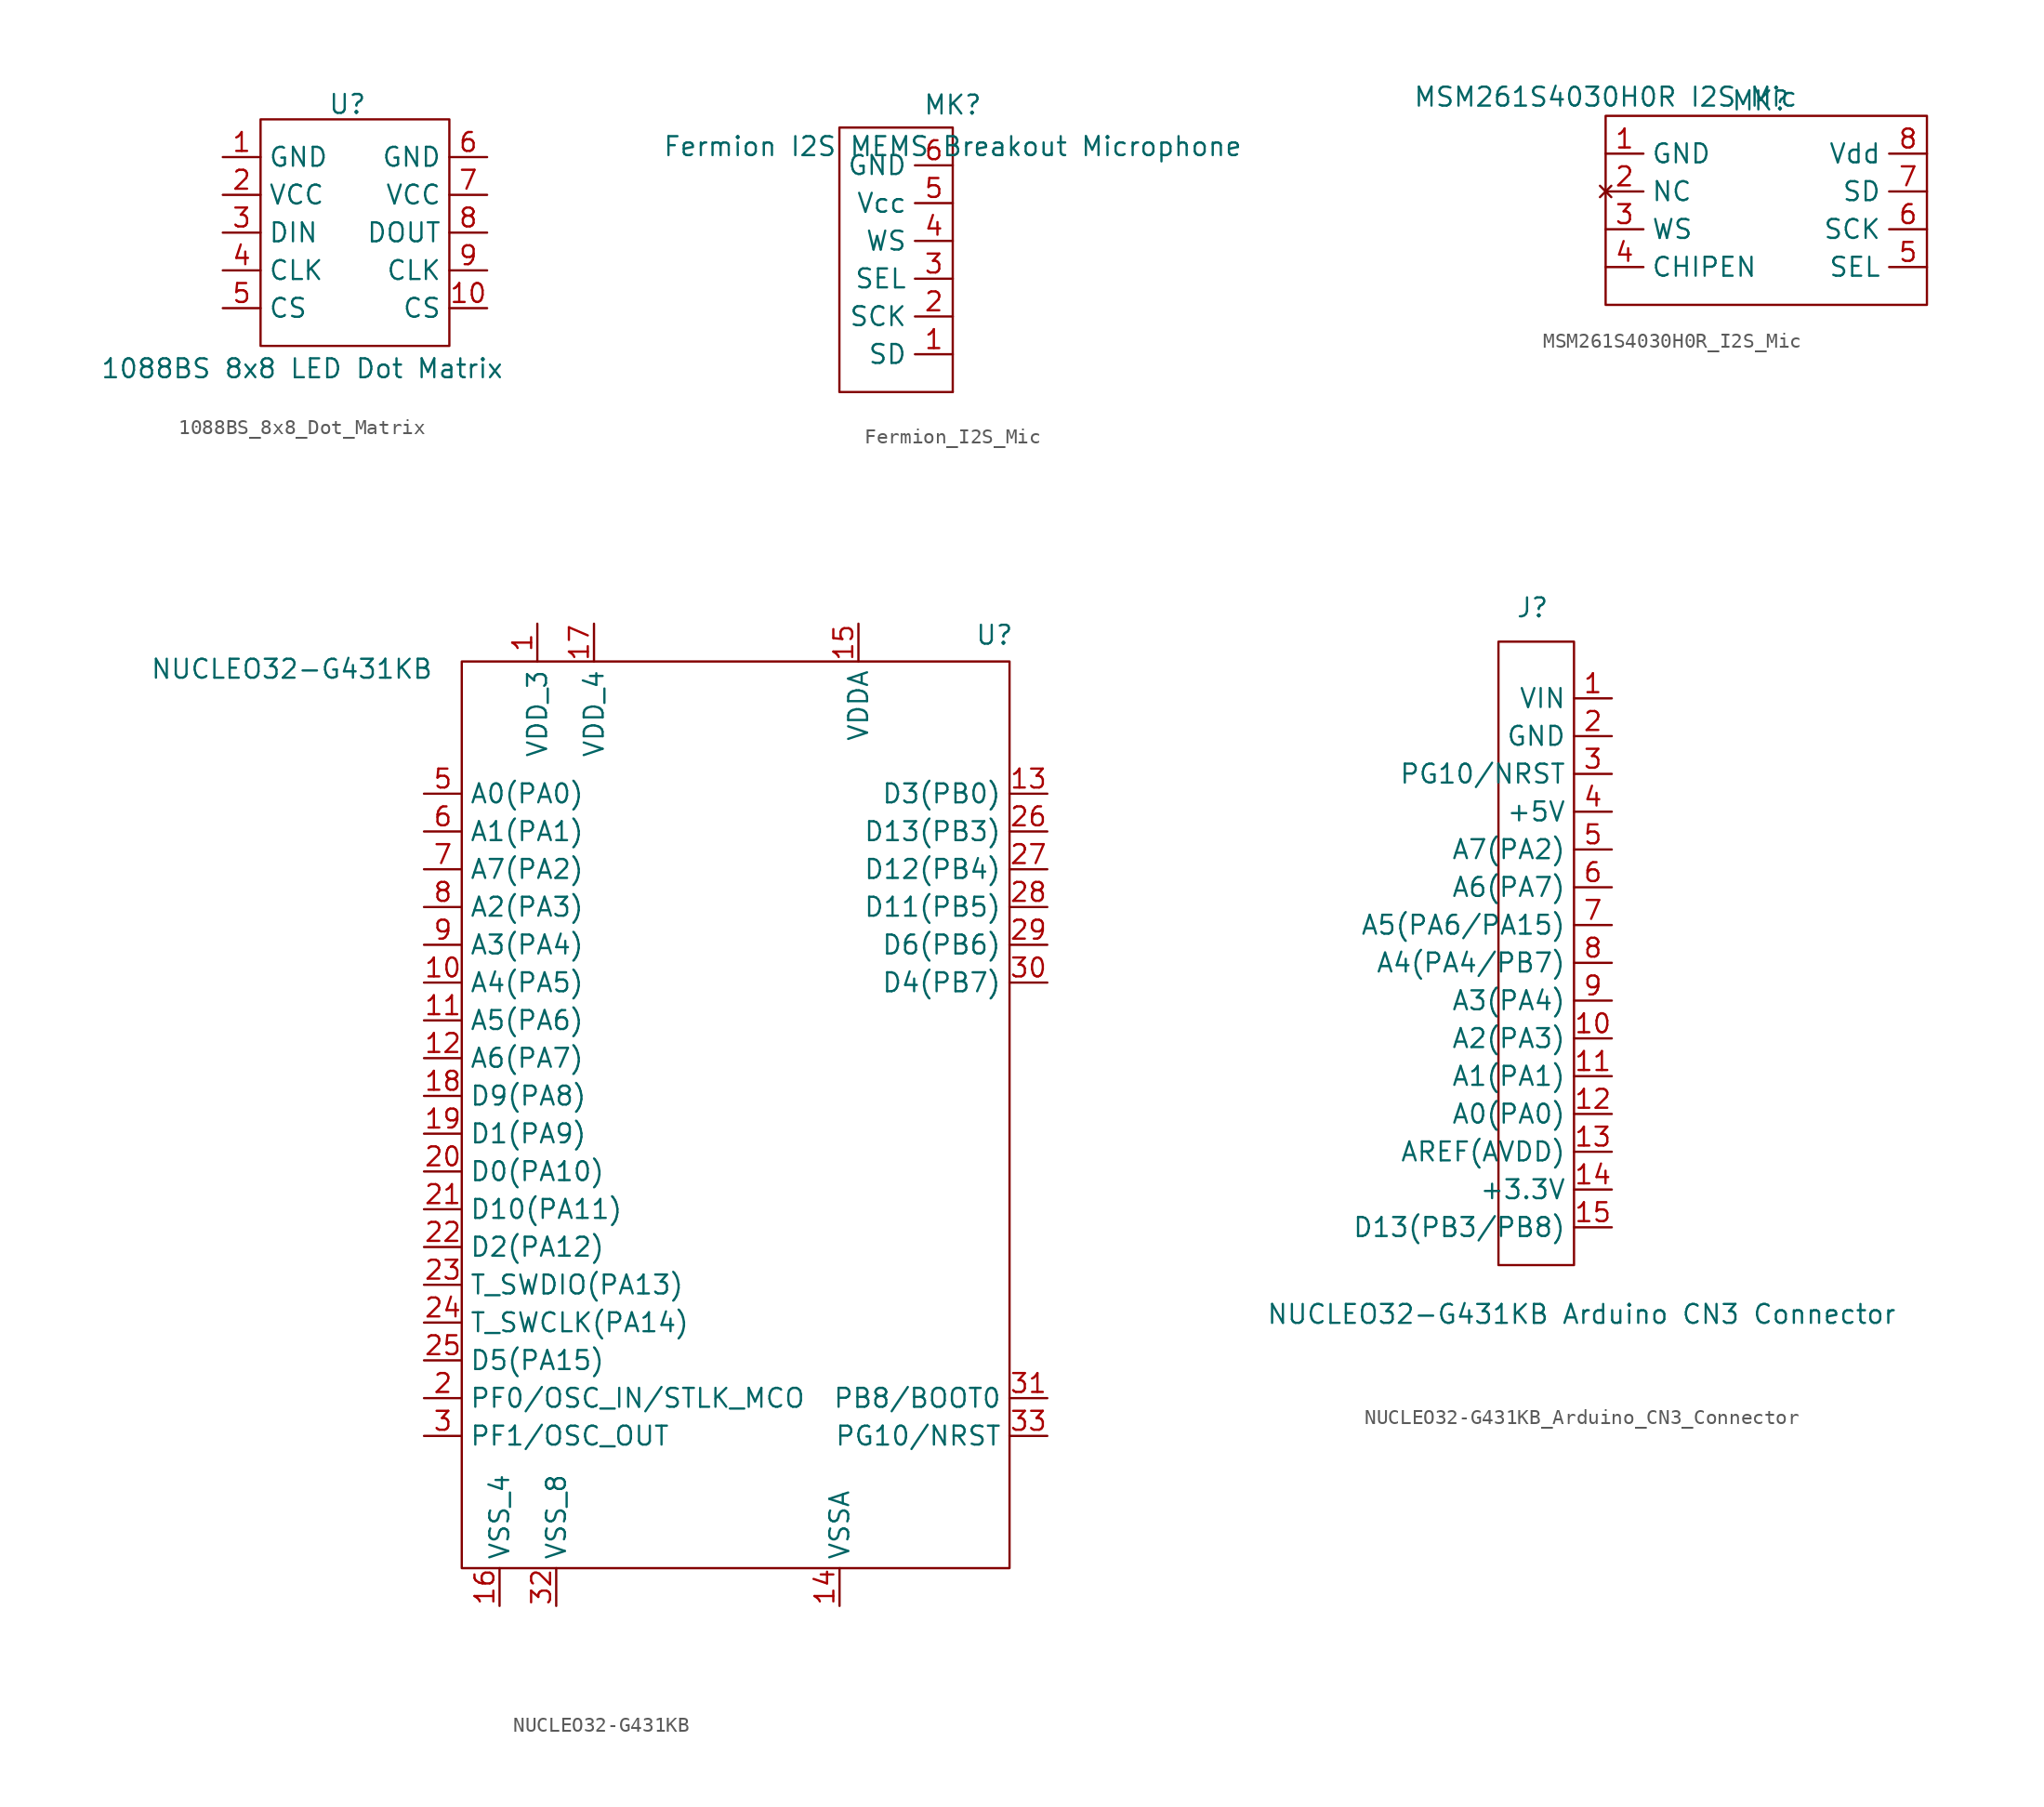
<source format=kicad_sym>
(kicad_symbol_lib
  (version 20231120)
  (generator "kicad_symbol_editor")
  (generator_version "8.0")
  (symbol "1088BS_8x8_Dot_Matrix"
    (property "Reference" "U"
      (at 8.382 -0.254 0)
      (effects (font (size 1.27 1.27))))
    (property "Value" "1088BS 8x8 LED Dot Matrix"
      (at 5.334 -18.034 0)
      (effects (font (size 1.27 1.27))))
    (symbol "1088BS_8x8_Dot_Matrix_0_1"
      (rectangle (start 2.54 -1.27) (end 15.24 -16.51) (stroke (width 0) (type default)) (fill (type none))))
    (symbol "1088BS_8x8_Dot_Matrix_1_1"
      (pin power_in line (at 0 -3.81 0) (length 2.54) (name "GND" (effects (font (size 1.27 1.27)))) (number "1" (effects (font (size 1.27 1.27)))))
      (pin output line (at 17.78 -13.97 180) (length 2.54) (name "CS" (effects (font (size 1.27 1.27)))) (number "10" (effects (font (size 1.27 1.27)))))
      (pin power_in line (at 0 -6.35 0) (length 2.54) (name "VCC" (effects (font (size 1.27 1.27)))) (number "2" (effects (font (size 1.27 1.27)))))
      (pin input line (at 0 -8.89 0) (length 2.54) (name "DIN" (effects (font (size 1.27 1.27)))) (number "3" (effects (font (size 1.27 1.27)))))
      (pin input line (at 0 -11.43 0) (length 2.54) (name "CLK" (effects (font (size 1.27 1.27)))) (number "4" (effects (font (size 1.27 1.27)))))
      (pin input line (at 0 -13.97 0) (length 2.54) (name "CS" (effects (font (size 1.27 1.27)))) (number "5" (effects (font (size 1.27 1.27)))))
      (pin power_out line (at 17.78 -3.81 180) (length 2.54) (name "GND" (effects (font (size 1.27 1.27)))) (number "6" (effects (font (size 1.27 1.27)))))
      (pin power_out line (at 17.78 -6.35 180) (length 2.54) (name "VCC" (effects (font (size 1.27 1.27)))) (number "7" (effects (font (size 1.27 1.27)))))
      (pin output line (at 17.78 -8.89 180) (length 2.54) (name "DOUT" (effects (font (size 1.27 1.27)))) (number "8" (effects (font (size 1.27 1.27)))))
      (pin output line (at 17.78 -11.43 180) (length 2.54) (name "CLK" (effects (font (size 1.27 1.27)))) (number "9" (effects (font (size 1.27 1.27)))))))
  (symbol "Fermion_I2S_Mic"
    (property "Reference" "MK"
      (at 0 0.254 0)
      (effects (font (size 1.27 1.27))))
    (property "Value" "Fermion I2S MEMS Breakout Microphone"
      (at 0 -2.54 0)
      (effects (font (size 1.27 1.27))))
    (symbol "Fermion_I2S_Mic_0_1"
      (rectangle (start -7.62 -1.27) (end 0 -19.05) (stroke (width 0) (type default)) (fill (type none)))
      (rectangle (start 0 -19.05) (end 0 -19.05) (stroke (width 0) (type default)) (fill (type none))))
    (symbol "Fermion_I2S_Mic_1_1"
      (pin output line (at 0 -16.51 180) (length 2.54) (name "SD" (effects (font (size 1.27 1.27)))) (number "1" (effects (font (size 1.27 1.27)))))
      (pin input line (at 0 -13.97 180) (length 2.54) (name "SCK" (effects (font (size 1.27 1.27)))) (number "2" (effects (font (size 1.27 1.27)))) (alternate "BCLK" input line))
      (pin input line (at 0 -11.43 180) (length 2.54) (name "SEL" (effects (font (size 1.27 1.27)))) (number "3" (effects (font (size 1.27 1.27)))))
      (pin input line (at 0 -8.89 180) (length 2.54) (name "WS" (effects (font (size 1.27 1.27)))) (number "4" (effects (font (size 1.27 1.27)))))
      (pin power_in line (at 0 -6.35 180) (length 2.54) (name "Vcc" (effects (font (size 1.27 1.27)))) (number "5" (effects (font (size 1.27 1.27)))))
      (pin power_in line (at 0 -3.81 180) (length 2.54) (name "GND" (effects (font (size 1.27 1.27)))) (number "6" (effects (font (size 1.27 1.27)))))))
  (symbol "MSM261S4030H0R_I2S_Mic"
    (property "Reference" "MK"
      (at 10.414 -0.254 0)
      (effects (font (size 1.27 1.27))))
    (property "Value" "MSM261S4030H0R I2S Mic"
      (at 0 0 0)
      (effects (font (size 1.27 1.27))))
    (symbol "MSM261S4030H0R_I2S_Mic_0_1"
      (rectangle (start 0 -1.27) (end 21.59 -13.97) (stroke (width 0) (type default)) (fill (type none))))
    (symbol "MSM261S4030H0R_I2S_Mic_1_1"
      (pin power_in line (at 0 -3.81 0) (length 2.54) (name "GND" (effects (font (size 1.27 1.27)))) (number "1" (effects (font (size 1.27 1.27)))))
      (pin no_connect line (at 0 -6.35 0) (length 2.54) (name "NC" (effects (font (size 1.27 1.27)))) (number "2" (effects (font (size 1.27 1.27)))))
      (pin input line (at 0 -8.89 0) (length 2.54) (name "WS" (effects (font (size 1.27 1.27)))) (number "3" (effects (font (size 1.27 1.27)))) (alternate "Word Select" input line))
      (pin input line (at 0 -11.43 0) (length 2.54) (name "CHIPEN" (effects (font (size 1.27 1.27)))) (number "4" (effects (font (size 1.27 1.27)))))
      (pin input line (at 21.59 -11.43 180) (length 2.54) (name "SEL" (effects (font (size 1.27 1.27)))) (number "5" (effects (font (size 1.27 1.27)))) (alternate "L/R" input line))
      (pin input line (at 21.59 -8.89 180) (length 2.54) (name "SCK" (effects (font (size 1.27 1.27)))) (number "6" (effects (font (size 1.27 1.27)))) (alternate "BCLK" input line))
      (pin output line (at 21.59 -6.35 180) (length 2.54) (name "SD" (effects (font (size 1.27 1.27)))) (number "7" (effects (font (size 1.27 1.27)))))
      (pin power_in line (at 21.59 -3.81 180) (length 2.54) (name "Vdd" (effects (font (size 1.27 1.27)))) (number "8" (effects (font (size 1.27 1.27)))))))
  (symbol "NUCLEO32-G431KB"
    (property "Reference" "U"
      (at 35.814 1.778 0)
      (effects (font (size 1.27 1.27))))
    (property "Value" "NUCLEO32-G431KB"
      (at -11.43 -0.508 0)
      (effects (font (size 1.27 1.27))))
    (symbol "NUCLEO32-G431KB_0_1"
      (rectangle (start 0 0) (end 36.83 -60.96) (stroke (width 0) (type default)) (fill (type none))))
    (symbol "NUCLEO32-G431KB_1_1"
      (pin power_in line (at 5.08 2.54 270) (length 2.54) (name "VDD_3" (effects (font (size 1.27 1.27)))) (number "1" (effects (font (size 1.27 1.27)))))
      (pin bidirectional line (at -2.54 -21.59 0) (length 2.54) (name "A4(PA5)" (effects (font (size 1.27 1.27)))) (number "10" (effects (font (size 1.27 1.27)))))
      (pin bidirectional line (at -2.54 -24.13 0) (length 2.54) (name "A5(PA6)" (effects (font (size 1.27 1.27)))) (number "11" (effects (font (size 1.27 1.27)))))
      (pin bidirectional line (at -2.54 -26.67 0) (length 2.54) (name "A6(PA7)" (effects (font (size 1.27 1.27)))) (number "12" (effects (font (size 1.27 1.27)))))
      (pin bidirectional line (at 39.37 -8.89 180) (length 2.54) (name "D3(PB0)" (effects (font (size 1.27 1.27)))) (number "13" (effects (font (size 1.27 1.27)))))
      (pin power_in line (at 25.4 -63.5 90) (length 2.54) (name "VSSA" (effects (font (size 1.27 1.27)))) (number "14" (effects (font (size 1.27 1.27)))))
      (pin power_in line (at 26.67 2.54 270) (length 2.54) (name "VDDA" (effects (font (size 1.27 1.27)))) (number "15" (effects (font (size 1.27 1.27)))))
      (pin power_in line (at 2.54 -63.5 90) (length 2.54) (name "VSS_4" (effects (font (size 1.27 1.27)))) (number "16" (effects (font (size 1.27 1.27)))))
      (pin power_in line (at 8.89 2.54 270) (length 2.54) (name "VDD_4" (effects (font (size 1.27 1.27)))) (number "17" (effects (font (size 1.27 1.27)))))
      (pin bidirectional line (at -2.54 -29.21 0) (length 2.54) (name "D9(PA8)" (effects (font (size 1.27 1.27)))) (number "18" (effects (font (size 1.27 1.27)))))
      (pin bidirectional line (at -2.54 -31.75 0) (length 2.54) (name "D1(PA9)" (effects (font (size 1.27 1.27)))) (number "19" (effects (font (size 1.27 1.27)))))
      (pin bidirectional line (at -2.54 -49.53 0) (length 2.54) (name "PF0/OSC_IN/STLK_MCO" (effects (font (size 1.27 1.27)))) (number "2" (effects (font (size 1.27 1.27)))))
      (pin bidirectional line (at -2.54 -34.29 0) (length 2.54) (name "D0(PA10)" (effects (font (size 1.27 1.27)))) (number "20" (effects (font (size 1.27 1.27)))))
      (pin bidirectional line (at -2.54 -36.83 0) (length 2.54) (name "D10(PA11)" (effects (font (size 1.27 1.27)))) (number "21" (effects (font (size 1.27 1.27)))))
      (pin bidirectional line (at -2.54 -39.37 0) (length 2.54) (name "D2(PA12)" (effects (font (size 1.27 1.27)))) (number "22" (effects (font (size 1.27 1.27)))))
      (pin bidirectional line (at -2.54 -41.91 0) (length 2.54) (name "T_SWDIO(PA13)" (effects (font (size 1.27 1.27)))) (number "23" (effects (font (size 1.27 1.27)))))
      (pin bidirectional line (at -2.54 -44.45 0) (length 2.54) (name "T_SWCLK(PA14)" (effects (font (size 1.27 1.27)))) (number "24" (effects (font (size 1.27 1.27)))))
      (pin bidirectional line (at -2.54 -46.99 0) (length 2.54) (name "D5(PA15)" (effects (font (size 1.27 1.27)))) (number "25" (effects (font (size 1.27 1.27)))))
      (pin bidirectional line (at 39.37 -11.43 180) (length 2.54) (name "D13(PB3)" (effects (font (size 1.27 1.27)))) (number "26" (effects (font (size 1.27 1.27)))))
      (pin bidirectional line (at 39.37 -13.97 180) (length 2.54) (name "D12(PB4)" (effects (font (size 1.27 1.27)))) (number "27" (effects (font (size 1.27 1.27)))))
      (pin bidirectional line (at 39.37 -16.51 180) (length 2.54) (name "D11(PB5)" (effects (font (size 1.27 1.27)))) (number "28" (effects (font (size 1.27 1.27)))))
      (pin bidirectional line (at 39.37 -19.05 180) (length 2.54) (name "D6(PB6)" (effects (font (size 1.27 1.27)))) (number "29" (effects (font (size 1.27 1.27)))))
      (pin bidirectional line (at -2.54 -52.07 0) (length 2.54) (name "PF1/OSC_OUT" (effects (font (size 1.27 1.27)))) (number "3" (effects (font (size 1.27 1.27)))))
      (pin bidirectional line (at 39.37 -21.59 180) (length 2.54) (name "D4(PB7)" (effects (font (size 1.27 1.27)))) (number "30" (effects (font (size 1.27 1.27)))))
      (pin bidirectional line (at 39.37 -49.53 180) (length 2.54) (name "PB8/BOOT0" (effects (font (size 1.27 1.27)))) (number "31" (effects (font (size 1.27 1.27)))))
      (pin power_in line (at 6.35 -63.5 90) (length 2.54) (name "VSS_8" (effects (font (size 1.27 1.27)))) (number "32" (effects (font (size 1.27 1.27)))))
      (pin bidirectional line (at 39.37 -52.07 180) (length 2.54) (name "PG10/NRST" (effects (font (size 1.27 1.27)))) (number "33" (effects (font (size 1.27 1.27)))))
      (pin bidirectional line (at -2.54 -8.89 0) (length 2.54) (name "A0(PA0)" (effects (font (size 1.27 1.27)))) (number "5" (effects (font (size 1.27 1.27)))))
      (pin bidirectional line (at -2.54 -11.43 0) (length 2.54) (name "A1(PA1)" (effects (font (size 1.27 1.27)))) (number "6" (effects (font (size 1.27 1.27)))))
      (pin bidirectional line (at -2.54 -13.97 0) (length 2.54) (name "A7(PA2)" (effects (font (size 1.27 1.27)))) (number "7" (effects (font (size 1.27 1.27)))))
      (pin bidirectional line (at -2.54 -16.51 0) (length 2.54) (name "A2(PA3)" (effects (font (size 1.27 1.27)))) (number "8" (effects (font (size 1.27 1.27)))))
      (pin bidirectional line (at -2.54 -19.05 0) (length 2.54) (name "A3(PA4)" (effects (font (size 1.27 1.27)))) (number "9" (effects (font (size 1.27 1.27)))))))
  (symbol "NUCLEO32-G431KB_Arduino_CN3_Connector"
    (property "Reference" "J"
      (at -0.254 1.016 0)
      (effects (font (size 1.27 1.27))))
    (property "Value" "NUCLEO32-G431KB Arduino CN3 Connector"
      (at 3.048 -46.482 0)
      (effects (font (size 1.27 1.27))))
    (symbol "NUCLEO32-G431KB_Arduino_CN3_Connector_0_1"
      (rectangle (start -2.54 -1.27) (end 2.54 -43.18) (stroke (width 0) (type default)) (fill (type none))))
    (symbol "NUCLEO32-G431KB_Arduino_CN3_Connector_1_1"
      (pin power_in line (at 5.08 -5.08 180) (length 2.54) (name "VIN" (effects (font (size 1.27 1.27)))) (number "1" (effects (font (size 1.27 1.27)))))
      (pin bidirectional line (at 5.08 -27.94 180) (length 2.54) (name "A2(PA3)" (effects (font (size 1.27 1.27)))) (number "10" (effects (font (size 1.27 1.27)))))
      (pin bidirectional line (at 5.08 -30.48 180) (length 2.54) (name "A1(PA1)" (effects (font (size 1.27 1.27)))) (number "11" (effects (font (size 1.27 1.27)))))
      (pin bidirectional line (at 5.08 -33.02 180) (length 2.54) (name "A0(PA0)" (effects (font (size 1.27 1.27)))) (number "12" (effects (font (size 1.27 1.27)))))
      (pin bidirectional line (at 5.08 -35.56 180) (length 2.54) (name "AREF(AVDD)" (effects (font (size 1.27 1.27)))) (number "13" (effects (font (size 1.27 1.27)))))
      (pin power_in line (at 5.08 -38.1 180) (length 2.54) (name "+3.3V" (effects (font (size 1.27 1.27)))) (number "14" (effects (font (size 1.27 1.27)))))
      (pin bidirectional line (at 5.08 -40.64 180) (length 2.54) (name "D13(PB3/PB8)" (effects (font (size 1.27 1.27)))) (number "15" (effects (font (size 1.27 1.27)))))
      (pin input line (at 5.08 -7.62 180) (length 2.54) (name "GND" (effects (font (size 1.27 1.27)))) (number "2" (effects (font (size 1.27 1.27)))))
      (pin bidirectional line (at 5.08 -10.16 180) (length 2.54) (name "PG10/NRST" (effects (font (size 1.27 1.27)))) (number "3" (effects (font (size 1.27 1.27)))))
      (pin power_in line (at 5.08 -12.7 180) (length 2.54) (name "+5V" (effects (font (size 1.27 1.27)))) (number "4" (effects (font (size 1.27 1.27)))))
      (pin bidirectional line (at 5.08 -15.24 180) (length 2.54) (name "A7(PA2)" (effects (font (size 1.27 1.27)))) (number "5" (effects (font (size 1.27 1.27)))))
      (pin bidirectional line (at 5.08 -17.78 180) (length 2.54) (name "A6(PA7)" (effects (font (size 1.27 1.27)))) (number "6" (effects (font (size 1.27 1.27)))))
      (pin bidirectional line (at 5.08 -20.32 180) (length 2.54) (name "A5(PA6/PA15)" (effects (font (size 1.27 1.27)))) (number "7" (effects (font (size 1.27 1.27)))))
      (pin bidirectional line (at 5.08 -22.86 180) (length 2.54) (name "A4(PA4/PB7)" (effects (font (size 1.27 1.27)))) (number "8" (effects (font (size 1.27 1.27)))))
      (pin bidirectional line (at 5.08 -25.4 180) (length 2.54) (name "A3(PA4)" (effects (font (size 1.27 1.27)))) (number "9" (effects (font (size 1.27 1.27))))))))
</source>
